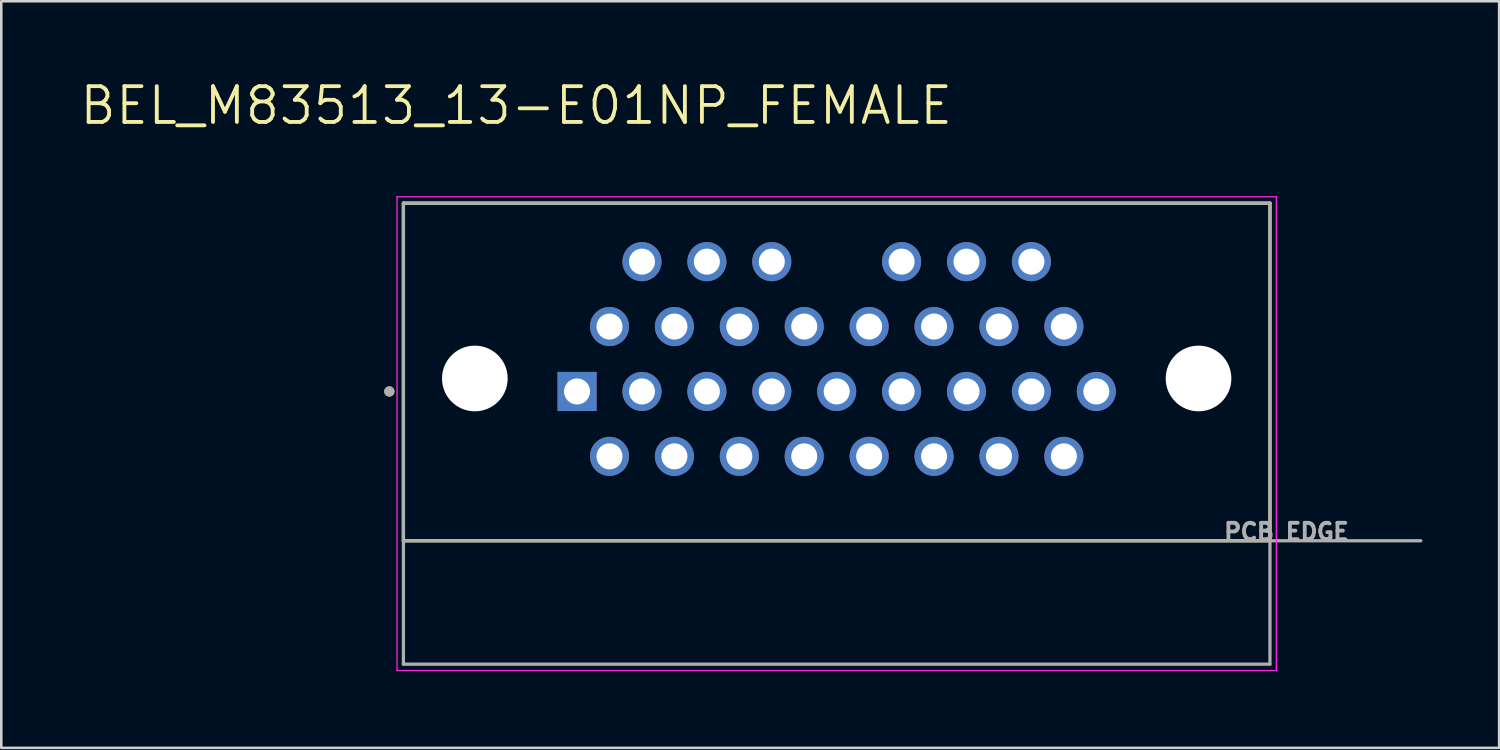
<source format=kicad_pcb>
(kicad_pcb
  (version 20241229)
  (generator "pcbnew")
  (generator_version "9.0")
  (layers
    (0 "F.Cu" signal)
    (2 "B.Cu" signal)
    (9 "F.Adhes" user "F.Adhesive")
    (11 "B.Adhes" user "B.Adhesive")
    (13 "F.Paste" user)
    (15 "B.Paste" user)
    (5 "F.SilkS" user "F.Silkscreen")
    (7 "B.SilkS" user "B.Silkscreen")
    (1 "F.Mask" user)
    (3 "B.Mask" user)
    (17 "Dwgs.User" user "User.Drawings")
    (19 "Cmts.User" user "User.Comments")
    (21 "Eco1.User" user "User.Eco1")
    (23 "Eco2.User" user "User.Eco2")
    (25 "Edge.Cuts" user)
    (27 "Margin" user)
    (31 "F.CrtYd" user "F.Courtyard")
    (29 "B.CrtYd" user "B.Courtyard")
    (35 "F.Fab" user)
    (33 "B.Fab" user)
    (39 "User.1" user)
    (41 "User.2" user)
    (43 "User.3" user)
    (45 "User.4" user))
  (footprint "BEL_M83513_13-E01NP_FEMALE"
    (layer "F.Cu")
    (at 29.692 11.761)
    (property "Reference" "BEL_M83513_13-E01NP_FEMALE" (at -12.54 -10.679 0) (layer "F.SilkS") (effects (font (size 1.4 1.4) (thickness 0.15))))
    (attr through_hole)
    (fp_line (start -16.955 -6.86) (end -16.955 6.35) (stroke (width 0.127) (type solid)) (layer "F.SilkS"))
    (fp_line (start -16.955 -6.86) (end 16.955 -6.86) (stroke (width 0.127) (type solid)) (layer "F.SilkS"))
    (fp_line (start -16.955 6.35) (end 16.955 6.35) (stroke (width 0.127) (type solid)) (layer "F.SilkS"))
    (fp_line (start 16.955 6.35) (end 16.955 -6.86) (stroke (width 0.127) (type solid)) (layer "F.SilkS"))
    (fp_circle (center -17.505 0.508) (end -17.405 0.508) (stroke (width 0.2) (type solid)) (fill no) (layer "F.SilkS"))
    (fp_line (start -17.205 -7.11) (end -17.205 11.43) (stroke (width 0.05) (type solid)) (layer "F.CrtYd"))
    (fp_line (start -17.205 -7.11) (end 17.205 -7.11) (stroke (width 0.05) (type solid)) (layer "F.CrtYd"))
    (fp_line (start -17.205 11.43) (end 17.205 11.43) (stroke (width 0.05) (type solid)) (layer "F.CrtYd"))
    (fp_line (start 17.205 11.43) (end 17.205 -7.11) (stroke (width 0.05) (type solid)) (layer "F.CrtYd"))
    (fp_line (start -16.955 -6.86) (end -16.955 6.35) (stroke (width 0.127) (type solid)) (layer "F.Fab"))
    (fp_line (start -16.955 -6.86) (end 16.955 -6.86) (stroke (width 0.127) (type solid)) (layer "F.Fab"))
    (fp_line (start -16.955 6.35) (end -16.955 11.18) (stroke (width 0.127) (type solid)) (layer "F.Fab"))
    (fp_line (start -16.955 6.35) (end 16.955 6.35) (stroke (width 0.127) (type solid)) (layer "F.Fab"))
    (fp_line (start -16.955 11.18) (end 16.955 11.18) (stroke (width 0.127) (type solid)) (layer "F.Fab"))
    (fp_line (start 16.955 6.35) (end 16.955 -6.86) (stroke (width 0.127) (type solid)) (layer "F.Fab"))
    (fp_line (start 16.955 11.18) (end 16.955 6.35) (stroke (width 0.127) (type solid)) (layer "F.Fab"))
    (fp_line (start 22.86 6.35) (end 16.955 6.35) (stroke (width 0.127) (type solid)) (layer "F.Fab"))
    (fp_circle (center -17.505 0.508) (end -17.405 0.508) (stroke (width 0.2) (type solid)) (fill no) (layer "F.Fab"))
    (fp_text user "PCB EDGE" (at 17.6 6 0) (layer "F.Fab") (effects (font (size 0.64 0.64) (thickness 0.15))))
    (pad "" np_thru_hole circle (at -14.16 0) (size 2.57 2.57) (drill 2.57) (layers "*.Cu" "*.Mask"))
    (pad "" np_thru_hole circle (at 14.16 0) (size 2.57 2.57) (drill 2.57) (layers "*.Cu" "*.Mask"))
    (pad "1" thru_hole rect (at -10.16 0.508) (size 1.53 1.53) (drill 1.02) (layers "*.Cu" "*.Mask"))
    (pad "2" thru_hole circle (at -8.89 3.048) (size 1.53 1.53) (drill 1.02) (layers "*.Cu" "*.Mask"))
    (pad "3" thru_hole circle (at -7.62 0.508) (size 1.53 1.53) (drill 1.02) (layers "*.Cu" "*.Mask"))
    (pad "4" thru_hole circle (at -6.35 3.048) (size 1.53 1.53) (drill 1.02) (layers "*.Cu" "*.Mask"))
    (pad "5" thru_hole circle (at -5.08 0.508) (size 1.53 1.53) (drill 1.02) (layers "*.Cu" "*.Mask"))
    (pad "6" thru_hole circle (at -3.81 3.048) (size 1.53 1.53) (drill 1.02) (layers "*.Cu" "*.Mask"))
    (pad "7" thru_hole circle (at -2.54 0.508) (size 1.53 1.53) (drill 1.02) (layers "*.Cu" "*.Mask"))
    (pad "8" thru_hole circle (at -1.27 3.048) (size 1.53 1.53) (drill 1.02) (layers "*.Cu" "*.Mask"))
    (pad "9" thru_hole circle (at 1.27 3.048) (size 1.53 1.53) (drill 1.02) (layers "*.Cu" "*.Mask"))
    (pad "10" thru_hole circle (at 2.54 0.508) (size 1.53 1.53) (drill 1.02) (layers "*.Cu" "*.Mask"))
    (pad "11" thru_hole circle (at 3.81 3.048) (size 1.53 1.53) (drill 1.02) (layers "*.Cu" "*.Mask"))
    (pad "12" thru_hole circle (at 5.08 0.508) (size 1.53 1.53) (drill 1.02) (layers "*.Cu" "*.Mask"))
    (pad "13" thru_hole circle (at 6.35 3.048) (size 1.53 1.53) (drill 1.02) (layers "*.Cu" "*.Mask"))
    (pad "14" thru_hole circle (at 7.62 0.508) (size 1.53 1.53) (drill 1.02) (layers "*.Cu" "*.Mask"))
    (pad "15" thru_hole circle (at 8.89 3.048) (size 1.53 1.53) (drill 1.02) (layers "*.Cu" "*.Mask"))
    (pad "16" thru_hole circle (at 10.16 0.508) (size 1.53 1.53) (drill 1.02) (layers "*.Cu" "*.Mask"))
    (pad "17" thru_hole circle (at -8.89 -2.032) (size 1.53 1.53) (drill 1.02) (layers "*.Cu" "*.Mask"))
    (pad "18" thru_hole circle (at -7.62 -4.572) (size 1.53 1.53) (drill 1.02) (layers "*.Cu" "*.Mask"))
    (pad "19" thru_hole circle (at -6.35 -2.032) (size 1.53 1.53) (drill 1.02) (layers "*.Cu" "*.Mask"))
    (pad "20" thru_hole circle (at -5.08 -4.572) (size 1.53 1.53) (drill 1.02) (layers "*.Cu" "*.Mask"))
    (pad "21" thru_hole circle (at -3.81 -2.032) (size 1.53 1.53) (drill 1.02) (layers "*.Cu" "*.Mask"))
    (pad "22" thru_hole circle (at -2.54 -4.572) (size 1.53 1.53) (drill 1.02) (layers "*.Cu" "*.Mask"))
    (pad "23" thru_hole circle (at -1.27 -2.032) (size 1.53 1.53) (drill 1.02) (layers "*.Cu" "*.Mask"))
    (pad "24" thru_hole circle (at 0 0.508) (size 1.53 1.53) (drill 1.02) (layers "*.Cu" "*.Mask"))
    (pad "25" thru_hole circle (at 1.27 -2.032) (size 1.53 1.53) (drill 1.02) (layers "*.Cu" "*.Mask"))
    (pad "26" thru_hole circle (at 2.54 -4.572) (size 1.53 1.53) (drill 1.02) (layers "*.Cu" "*.Mask"))
    (pad "27" thru_hole circle (at 3.81 -2.032) (size 1.53 1.53) (drill 1.02) (layers "*.Cu" "*.Mask"))
    (pad "28" thru_hole circle (at 5.08 -4.572) (size 1.53 1.53) (drill 1.02) (layers "*.Cu" "*.Mask"))
    (pad "29" thru_hole circle (at 6.35 -2.032) (size 1.53 1.53) (drill 1.02) (layers "*.Cu" "*.Mask"))
    (pad "30" thru_hole circle (at 8.89 -2.032) (size 1.53 1.53) (drill 1.02) (layers "*.Cu" "*.Mask"))
    (pad "31" thru_hole circle (at 7.62 -4.572) (size 1.53 1.53) (drill 1.02) (layers "*.Cu" "*.Mask")))
  (gr_rect
    (start -3 -3)
    (end 55.615 26.216)
    (stroke (width 0.1) (type default))
    (fill no)
    (layer "Edge.Cuts")))
</source>
